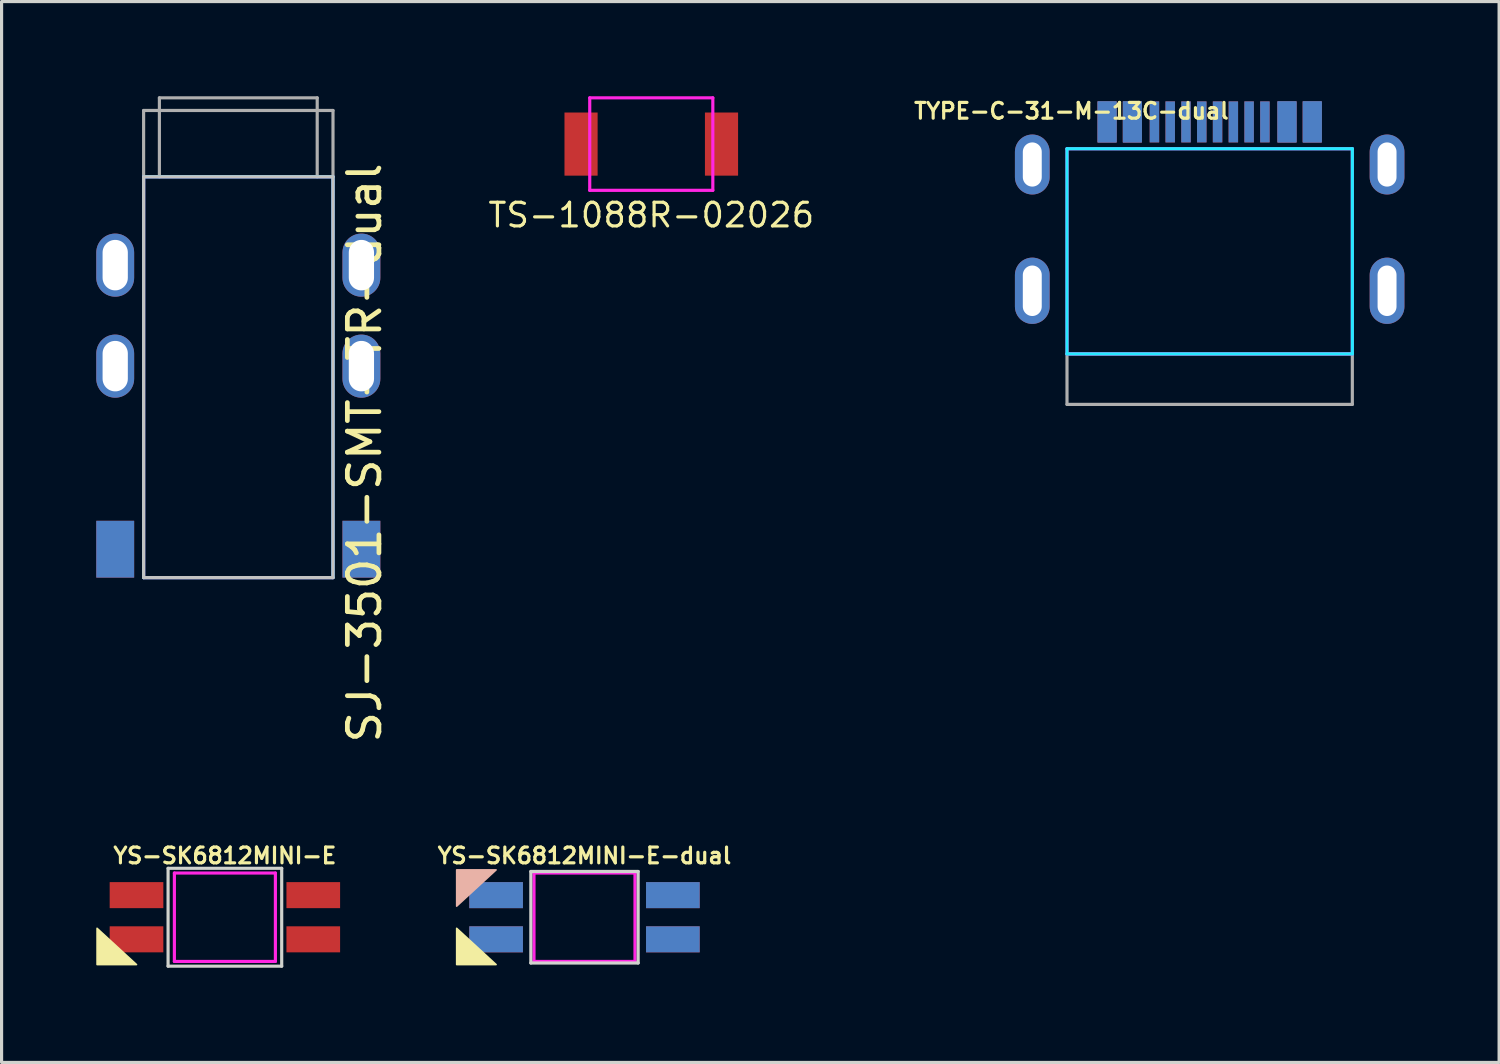
<source format=kicad_pcb>
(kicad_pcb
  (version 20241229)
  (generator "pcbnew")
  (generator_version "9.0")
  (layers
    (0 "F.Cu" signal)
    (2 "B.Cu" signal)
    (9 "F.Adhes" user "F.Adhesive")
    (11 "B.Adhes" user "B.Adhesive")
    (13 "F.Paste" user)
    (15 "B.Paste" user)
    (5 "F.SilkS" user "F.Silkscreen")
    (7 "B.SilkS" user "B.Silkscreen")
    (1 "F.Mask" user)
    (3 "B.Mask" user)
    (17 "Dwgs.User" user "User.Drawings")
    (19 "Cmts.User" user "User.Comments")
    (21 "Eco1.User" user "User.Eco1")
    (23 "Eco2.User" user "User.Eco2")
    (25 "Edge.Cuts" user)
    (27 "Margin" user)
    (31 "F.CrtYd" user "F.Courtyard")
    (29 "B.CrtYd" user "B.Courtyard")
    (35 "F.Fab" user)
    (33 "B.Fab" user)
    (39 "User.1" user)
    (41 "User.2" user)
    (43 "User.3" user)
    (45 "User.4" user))
  (footprint "TYPE-C-31-M-13C-dual"
    (layer "F.Cu")
    (at 35.275 6.162)
    (property "Reference" "TYPE-C-31-M-13C-dual" (at -4.379 -5.694 180) (layer "F.SilkS") (effects (font (size 0.5 0.5) (thickness 0.1) (bold yes))))
    (attr smd allow_soldermask_bridges)
    (fp_line (start -4.52 -4.5) (end 4.52 -4.5) (stroke (width 0.1) (type default)) (layer "B.CrtYd"))
    (fp_line (start -4.52 2) (end -4.52 -4.5) (stroke (width 0.1) (type solid)) (layer "B.CrtYd"))
    (fp_line (start -4.52 2) (end 4.52 2) (stroke (width 0.1) (type default)) (layer "B.CrtYd"))
    (fp_line (start 4.52 2) (end 4.52 -4.5) (stroke (width 0.1) (type solid)) (layer "B.CrtYd"))
    (fp_line (start -4.52 -4.5) (end 4.52 -4.5) (stroke (width 0.1) (type default)) (layer "F.CrtYd"))
    (fp_line (start -4.52 2) (end -4.52 -4.5) (stroke (width 0.1) (type solid)) (layer "F.CrtYd"))
    (fp_line (start -4.52 2) (end 4.52 2) (stroke (width 0.1) (type default)) (layer "F.CrtYd"))
    (fp_line (start 4.52 2) (end 4.52 -4.5) (stroke (width 0.1) (type solid)) (layer "F.CrtYd"))
    (fp_line (start -4.52 3.6) (end -4.52 2) (stroke (width 0.1) (type default)) (layer "F.Fab"))
    (fp_line (start -4.52 3.6) (end 4.52 3.6) (stroke (width 0.1) (type default)) (layer "F.Fab"))
    (fp_line (start 4.52 2) (end -4.52 2) (stroke (width 0.1) (type default)) (layer "F.Fab"))
    (fp_line (start 4.52 3.6) (end 4.52 2) (stroke (width 0.1) (type default)) (layer "F.Fab"))
    (pad "A1" smd rect (at -3.25 -5.35) (size 0.6 1.3) (layers "F.Cu" "F.Mask" "F.Paste"))
    (pad "A1" smd rect (at 3.25 -5.35) (size 0.6 1.3) (layers "B.Cu" "B.Mask" "B.Paste"))
    (pad "A4" smd rect (at -2.45 -5.35) (size 0.6 1.3) (layers "F.Cu" "F.Mask" "F.Paste"))
    (pad "A4" smd rect (at 2.45 -5.35) (size 0.6 1.3) (layers "B.Cu" "B.Mask" "B.Paste"))
    (pad "A5" smd rect (at -1.25 -5.35) (size 0.3 1.3) (layers "F.Cu" "F.Mask" "F.Paste"))
    (pad "A5" smd rect (at 1.25 -5.35) (size 0.3 1.3) (layers "B.Cu" "B.Mask" "B.Paste"))
    (pad "A6" smd rect (at -0.25 -5.35) (size 0.3 1.3) (layers "F.Cu" "F.Mask" "F.Paste"))
    (pad "A6" smd rect (at 0.25 -5.35) (size 0.3 1.3) (layers "B.Cu" "B.Mask" "B.Paste"))
    (pad "A7" smd rect (at -0.25 -5.35) (size 0.3 1.3) (layers "B.Cu" "B.Mask" "B.Paste"))
    (pad "A7" smd rect (at 0.25 -5.35) (size 0.3 1.3) (layers "F.Cu" "F.Mask" "F.Paste"))
    (pad "A8" smd rect (at -1.25 -5.35) (size 0.3 1.3) (layers "B.Cu" "B.Mask" "B.Paste"))
    (pad "A8" smd rect (at 1.25 -5.35) (size 0.3 1.3) (layers "F.Cu" "F.Mask" "F.Paste"))
    (pad "A9" smd rect (at -2.45 -5.35) (size 0.6 1.3) (layers "B.Cu" "B.Mask" "B.Paste"))
    (pad "A9" smd rect (at 2.45 -5.35) (size 0.6 1.3) (layers "F.Cu" "F.Mask" "F.Paste"))
    (pad "A12" smd rect (at -3.25 -5.35) (size 0.6 1.3) (layers "B.Cu" "B.Mask" "B.Paste"))
    (pad "A12" smd rect (at 3.25 -5.35) (size 0.6 1.3) (layers "F.Cu" "F.Mask" "F.Paste"))
    (pad "B1" smd rect (at -3.25 -5.35) (size 0.6 1.3) (layers "B.Cu" "B.Mask" "B.Paste"))
    (pad "B1" smd rect (at 3.25 -5.35) (size 0.6 1.3) (layers "F.Cu" "F.Mask" "F.Paste"))
    (pad "B4" smd rect (at -2.45 -5.35) (size 0.6 1.3) (layers "B.Cu" "B.Mask" "B.Paste"))
    (pad "B4" smd rect (at 2.45 -5.35) (size 0.6 1.3) (layers "F.Cu" "F.Mask" "F.Paste"))
    (pad "B5" smd rect (at -1.75 -5.35) (size 0.3 1.3) (layers "B.Cu" "B.Mask" "B.Paste"))
    (pad "B5" smd rect (at 1.75 -5.35) (size 0.3 1.3) (layers "F.Cu" "F.Mask" "F.Paste"))
    (pad "B6" smd rect (at -0.75 -5.35) (size 0.3 1.3) (layers "B.Cu" "B.Mask" "B.Paste"))
    (pad "B6" smd rect (at 0.75 -5.35) (size 0.3 1.3) (layers "F.Cu" "F.Mask" "F.Paste"))
    (pad "B7" smd rect (at -0.75 -5.35) (size 0.3 1.3) (layers "F.Cu" "F.Mask" "F.Paste"))
    (pad "B7" smd rect (at 0.75 -5.35) (size 0.3 1.3) (layers "B.Cu" "B.Mask" "B.Paste"))
    (pad "B8" smd rect (at -1.75 -5.35) (size 0.3 1.3) (layers "F.Cu" "F.Mask" "F.Paste"))
    (pad "B8" smd rect (at 1.75 -5.35) (size 0.3 1.3) (layers "B.Cu" "B.Mask" "B.Paste"))
    (pad "B9" smd rect (at -2.45 -5.35) (size 0.6 1.3) (layers "F.Cu" "F.Mask" "F.Paste"))
    (pad "B9" smd rect (at 2.45 -5.35) (size 0.6 1.3) (layers "B.Cu" "B.Mask" "B.Paste"))
    (pad "B12" smd rect (at -3.25 -5.35) (size 0.6 1.3) (layers "F.Cu" "F.Mask" "F.Paste"))
    (pad "B12" smd rect (at 3.25 -5.35) (size 0.6 1.3) (layers "B.Cu" "B.Mask" "B.Paste"))
    (pad "S1" thru_hole oval (at -5.62 -4) (size 1.1 1.9) (drill oval 0.6 1.4) (layers "*.Cu" "*.Mask"))
    (pad "S1" thru_hole oval (at -5.62 0) (size 1.1 2.1) (drill oval 0.6 1.6) (layers "*.Cu" "*.Mask"))
    (pad "S1" thru_hole oval (at 5.62 -4) (size 1.1 1.9) (drill oval 0.6 1.4) (layers "*.Cu" "*.Mask"))
    (pad "S1" thru_hole oval (at 5.62 0) (size 1.1 2.1) (drill oval 0.6 1.6) (layers "*.Cu" "*.Mask")))
  (footprint "SJ-3501-SMT-TR-dual"
    (layer "F.Cu")
    (at 4.5 2.55)
    (property "Reference" "SJ-3501-SMT-TR-dual" (at 4 8.75 90) (layer "F.SilkS") (effects (font (size 1 1) (thickness 0.15))))
    (attr through_hole)
    (fp_line (start -3 12.7) (end -3 0) (stroke (width 0.1) (type default)) (layer "Dwgs.User"))
    (fp_line (start 3 0) (end -3 0) (stroke (width 0.1) (type default)) (layer "Dwgs.User"))
    (fp_line (start 3 0) (end 3 12.7) (stroke (width 0.1) (type default)) (layer "Dwgs.User"))
    (fp_line (start 3 12.7) (end -3 12.7) (stroke (width 0.1) (type default)) (layer "Dwgs.User"))
    (fp_line (start -3 0) (end -3 12.7) (stroke (width 0.1) (type solid)) (layer "B.CrtYd"))
    (fp_line (start -3 0) (end 3 0) (stroke (width 0.1) (type solid)) (layer "B.CrtYd"))
    (fp_line (start -3 12.7) (end 3 12.7) (stroke (width 0.1) (type solid)) (layer "B.CrtYd"))
    (fp_line (start 3 0) (end 3 12.7) (stroke (width 0.1) (type solid)) (layer "B.CrtYd"))
    (fp_line (start -3 0) (end -3 12.7) (stroke (width 0.1) (type solid)) (layer "F.CrtYd"))
    (fp_line (start -3 0) (end 3 0) (stroke (width 0.1) (type solid)) (layer "F.CrtYd"))
    (fp_line (start -3 12.7) (end 3 12.7) (stroke (width 0.1) (type solid)) (layer "F.CrtYd"))
    (fp_line (start 3 0) (end 3 12.7) (stroke (width 0.1) (type solid)) (layer "F.CrtYd"))
    (fp_line (start -3 -2.1) (end 3 -2.1) (stroke (width 0.1) (type default)) (layer "F.Fab"))
    (fp_line (start -3 0) (end -3 -2.1) (stroke (width 0.1) (type default)) (layer "F.Fab"))
    (fp_line (start -2.5 -2.5) (end -2.5 0) (stroke (width 0.1) (type default)) (layer "F.Fab"))
    (fp_line (start -2.5 -2.5) (end 2.5 -2.5) (stroke (width 0.1) (type default)) (layer "F.Fab"))
    (fp_line (start 2.5 -2.5) (end 2.5 0) (stroke (width 0.1) (type default)) (layer "F.Fab"))
    (fp_line (start 3 0) (end 3 -2.1) (stroke (width 0.1) (type default)) (layer "F.Fab"))
    (pad "R" thru_hole oval (at -3.9 6) (size 1.2 2) (drill oval 0.8 1.6) (layers "*.Cu" "*.Mask"))
    (pad "R" thru_hole oval (at 3.9 6) (size 1.2 2) (drill oval 0.8 1.6) (layers "*.Cu" "*.Mask"))
    (pad "S" thru_hole oval (at -3.9 2.8) (size 1.2 2) (drill oval 0.8 1.6) (layers "*.Cu" "*.Mask"))
    (pad "S" thru_hole oval (at 3.9 2.8) (size 1.2 2) (drill oval 0.8 1.6) (layers "*.Cu" "*.Mask"))
    (pad "T" smd rect (at -3.9 11.8) (size 1.2 1.8) (layers "F.Cu" "F.Mask" "F.Paste"))
    (pad "T" smd rect (at -3.9 11.8) (size 1.2 1.8) (layers "B.Cu" "B.Mask" "B.Paste"))
    (pad "T" smd rect (at 3.9 11.8) (size 1.2 1.8) (layers "F.Cu" "F.Mask" "F.Paste"))
    (pad "T" smd rect (at 3.9 11.8) (size 1.2 1.8) (layers "B.Cu" "B.Mask" "B.Paste")))
  (footprint "YS-SK6812MINI-E"
    (layer "F.Cu")
    (at 4.075 26.01)
    (property "Reference" "YS-SK6812MINI-E" (at 0 -1.95 0) (layer "F.SilkS") (effects (font (size 0.5 0.5) (thickness 0.1))))
    (attr smd)
    (fp_poly (pts (xy -4.05 0.35) (xy -4.05 1.5) (xy -2.8 1.5)) (stroke (width 0.05) (type solid)) (fill yes) (layer "F.SilkS"))
    (fp_line (start -1.8 -1.55) (end -1.8 1.55) (stroke (width 0.1) (type solid)) (layer "Edge.Cuts"))
    (fp_line (start -1.8 1.55) (end 1.8 1.55) (stroke (width 0.1) (type solid)) (layer "Edge.Cuts"))
    (fp_line (start 1.8 -1.55) (end -1.8 -1.55) (stroke (width 0.1) (type solid)) (layer "Edge.Cuts"))
    (fp_line (start 1.8 1.55) (end 1.8 -1.55) (stroke (width 0.1) (type solid)) (layer "Edge.Cuts"))
    (fp_line (start -1.6 -1.4) (end -1.6 1.4) (stroke (width 0.1) (type solid)) (layer "F.CrtYd"))
    (fp_line (start -1.6 -1.4) (end 1.6 -1.4) (stroke (width 0.1) (type solid)) (layer "F.CrtYd"))
    (fp_line (start -1.6 1.4) (end 1.6 1.4) (stroke (width 0.1) (type solid)) (layer "F.CrtYd"))
    (fp_line (start 1.6 -1.4) (end 1.6 1.4) (stroke (width 0.1) (type solid)) (layer "F.CrtYd"))
    (pad "1" smd rect (at 2.8 -0.7) (size 1.7 0.825) (layers "F.Cu" "F.Mask" "F.Paste"))
    (pad "2" smd rect (at 2.8 0.7) (size 1.7 0.825) (layers "F.Cu" "F.Mask" "F.Paste"))
    (pad "3" smd rect (at -2.8 0.7) (size 1.7 0.825) (layers "F.Cu" "F.Mask" "F.Paste"))
    (pad "4" smd rect (at -2.8 -0.7) (size 1.7 0.825) (layers "F.Cu" "F.Mask" "F.Paste")))
  (footprint "YS-SK6812MINI-E-dual"
    (layer "F.Cu")
    (at 15.468 26.01)
    (property "Reference" "YS-SK6812MINI-E-dual" (at 0 -1.95 0) (layer "F.SilkS") (effects (font (size 0.5 0.5) (thickness 0.1))))
    (attr smd)
    (fp_poly (pts (xy -4.05 0.35) (xy -4.05 1.5) (xy -2.8 1.5)) (stroke (width 0.05) (type solid)) (fill yes) (layer "F.SilkS"))
    (fp_poly (pts (xy -4.05 -0.35) (xy -4.05 -1.5) (xy -2.8 -1.5)) (stroke (width 0.05) (type solid)) (fill yes) (layer "B.SilkS"))
    (fp_line (start -1.7 -1.45) (end 1.7 -1.45) (stroke (width 0.1) (type solid)) (layer "Edge.Cuts"))
    (fp_line (start -1.7 1.45) (end -1.7 -1.45) (stroke (width 0.1) (type solid)) (layer "Edge.Cuts"))
    (fp_line (start 1.7 -1.45) (end 1.7 1.45) (stroke (width 0.1) (type solid)) (layer "Edge.Cuts"))
    (fp_line (start 1.7 1.45) (end -1.7 1.45) (stroke (width 0.1) (type solid)) (layer "Edge.Cuts"))
    (fp_line (start -1.6 1.4) (end -1.6 -1.4) (stroke (width 0.1) (type solid)) (layer "F.CrtYd"))
    (fp_line (start 1.6 -1.4) (end -1.6 -1.4) (stroke (width 0.1) (type solid)) (layer "F.CrtYd"))
    (fp_line (start 1.6 1.4) (end -1.6 1.4) (stroke (width 0.1) (type solid)) (layer "F.CrtYd"))
    (fp_line (start 1.6 1.4) (end 1.6 -1.4) (stroke (width 0.1) (type solid)) (layer "F.CrtYd"))
    (pad "1" smd rect (at 2.8 -0.7) (size 1.7 0.825) (layers "F.Cu" "F.Mask" "F.Paste"))
    (pad "1" smd rect (at 2.8 0.7 180) (size 1.7 0.825) (layers "B.Cu" "B.Mask" "B.Paste"))
    (pad "2" smd rect (at 2.8 -0.7 180) (size 1.7 0.825) (layers "B.Cu" "B.Mask" "B.Paste"))
    (pad "2" smd rect (at 2.8 0.7) (size 1.7 0.825) (layers "F.Cu" "F.Mask" "F.Paste"))
    (pad "3" smd rect (at -2.8 -0.7 180) (size 1.7 0.825) (layers "B.Cu" "B.Mask" "B.Paste"))
    (pad "3" smd rect (at -2.8 0.7) (size 1.7 0.825) (layers "F.Cu" "F.Mask" "F.Paste"))
    (pad "4" smd rect (at -2.8 -0.7) (size 1.7 0.825) (layers "F.Cu" "F.Mask" "F.Paste"))
    (pad "4" smd rect (at -2.8 0.7 180) (size 1.7 0.825) (layers "B.Cu" "B.Mask" "B.Paste")))
  (footprint "TS-1088R-02026"
    (layer "F.Cu")
    (at 17.584 1.515)
    (property "Reference" "TS-1088R-02026" (at 0 2.25 0) (layer "F.SilkS") (effects (font (size 0.75 0.75) (thickness 0.1))))
    (attr smd)
    (fp_line (start -1.95 -1.465) (end -1.95 1.465) (stroke (width 0.1) (type default)) (layer "F.CrtYd"))
    (fp_line (start -1.95 -1.465) (end 1.95 -1.465) (stroke (width 0.1) (type solid)) (layer "F.CrtYd"))
    (fp_line (start 1.95 -1.465) (end 1.95 1.465) (stroke (width 0.1) (type default)) (layer "F.CrtYd"))
    (fp_line (start 1.95 1.465) (end -1.95 1.465) (stroke (width 0.1) (type solid)) (layer "F.CrtYd"))
    (pad "1" smd rect (at -2.225 0 180) (size 1.05 2) (layers "F.Cu" "F.Mask" "F.Paste"))
    (pad "2" smd rect (at 2.225 0 180) (size 1.05 2) (layers "F.Cu" "F.Mask" "F.Paste")))
  (gr_rect
    (start -3 -3)
    (end 44.445 30.61)
    (stroke (width 0.1) (type default))
    (fill no)
    (layer "Edge.Cuts")))
</source>
